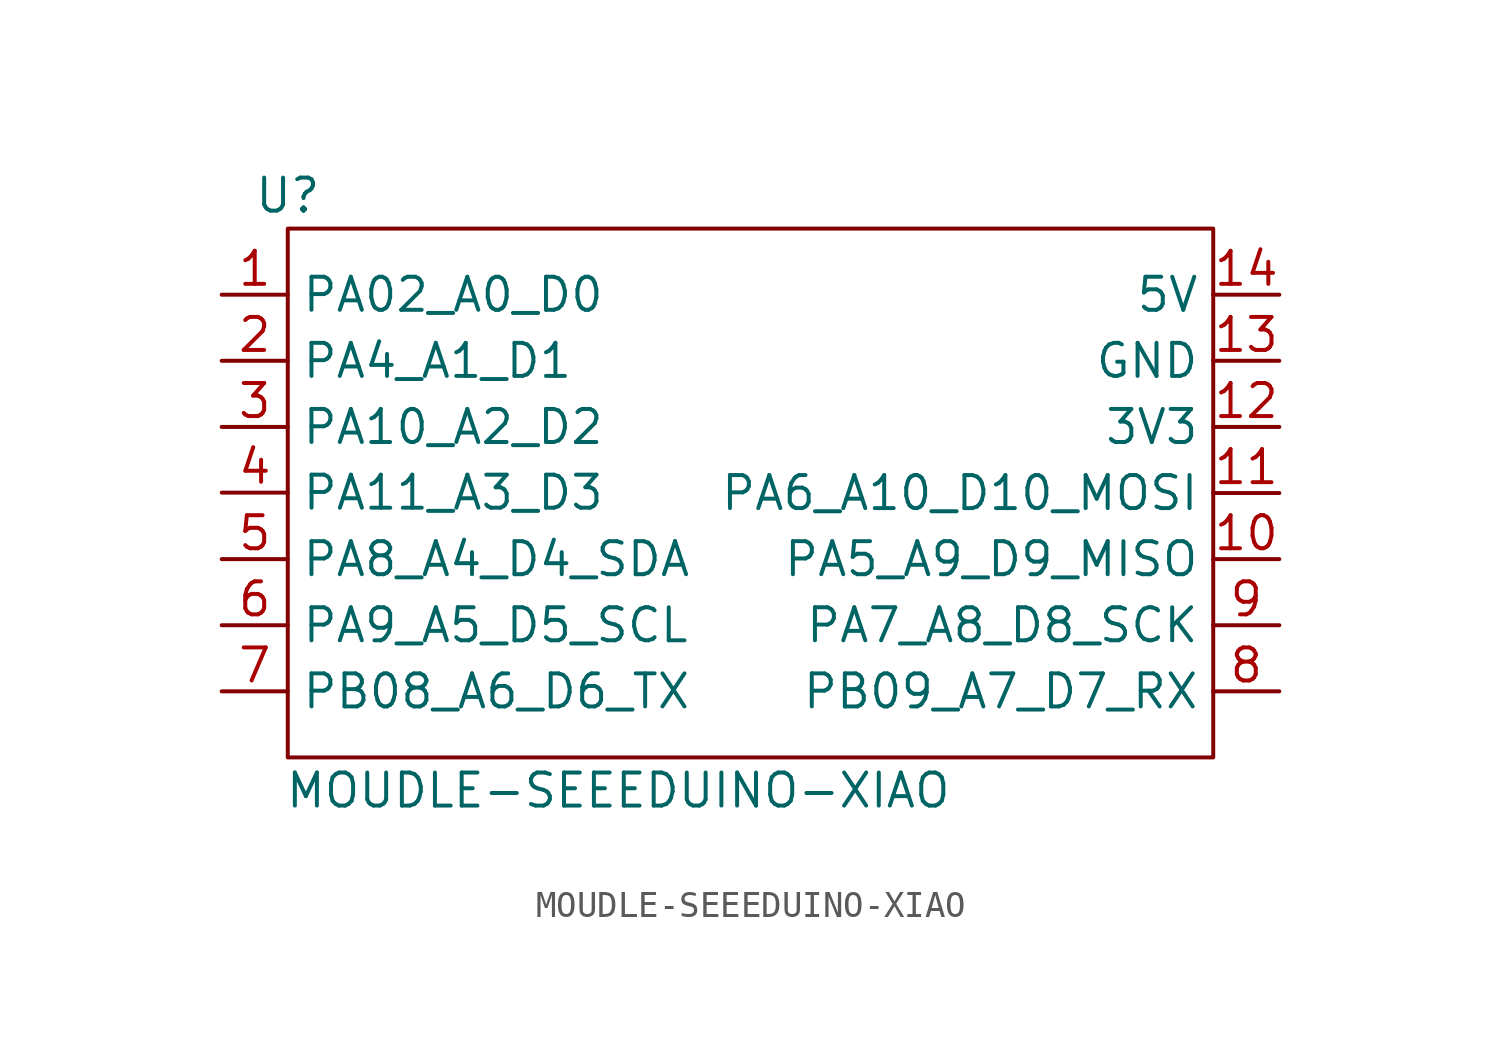
<source format=kicad_sym>
(kicad_symbol_lib
  (version 20211014)
  (generator kicad_symbol_editor)
  (symbol "MOUDLE-SEEEDUINO-XIAO"
    (property "Reference" "U"
      (at -16.51 11.43 0)
      (effects (font (size 1.27 1.27))))
    (property "Value" "MOUDLE-SEEEDUINO-XIAO"
      (at -3.81 -11.43 0)
      (effects (font (size 1.27 1.27))))
    (symbol "MOUDLE-SEEEDUINO-XIAO_0_1"
      (rectangle (start -16.51 10.16) (end 19.05 -10.16) (stroke (width 0) (type default) (color 0 0 0 0)) (fill (type none))))
    (symbol "MOUDLE-SEEEDUINO-XIAO_1_1"
      (pin unspecified line (at -19.05 7.62 0) (length 2.54) (name "PA02_A0_D0" (effects (font (size 1.27 1.27)))) (number "1" (effects (font (size 1.27 1.27)))))
      (pin unspecified line (at 21.59 -2.54 180) (length 2.54) (name "PA5_A9_D9_MISO" (effects (font (size 1.27 1.27)))) (number "10" (effects (font (size 1.27 1.27)))))
      (pin unspecified line (at 21.59 0 180) (length 2.54) (name "PA6_A10_D10_MOSI" (effects (font (size 1.27 1.27)))) (number "11" (effects (font (size 1.27 1.27)))))
      (pin unspecified line (at 21.59 2.54 180) (length 2.54) (name "3V3" (effects (font (size 1.27 1.27)))) (number "12" (effects (font (size 1.27 1.27)))))
      (pin unspecified line (at 21.59 5.08 180) (length 2.54) (name "GND" (effects (font (size 1.27 1.27)))) (number "13" (effects (font (size 1.27 1.27)))))
      (pin unspecified line (at 21.59 7.62 180) (length 2.54) (name "5V" (effects (font (size 1.27 1.27)))) (number "14" (effects (font (size 1.27 1.27)))))
      (pin unspecified line (at -19.05 5.08 0) (length 2.54) (name "PA4_A1_D1" (effects (font (size 1.27 1.27)))) (number "2" (effects (font (size 1.27 1.27)))))
      (pin unspecified line (at -19.05 2.54 0) (length 2.54) (name "PA10_A2_D2" (effects (font (size 1.27 1.27)))) (number "3" (effects (font (size 1.27 1.27)))))
      (pin unspecified line (at -19.047 0.015 0) (length 2.54) (name "PA11_A3_D3" (effects (font (size 1.27 1.27)))) (number "4" (effects (font (size 1.27 1.27)))))
      (pin unspecified line (at -19.05 -2.54 0) (length 2.54) (name "PA8_A4_D4_SDA" (effects (font (size 1.27 1.27)))) (number "5" (effects (font (size 1.27 1.27)))))
      (pin unspecified line (at -19.05 -5.08 0) (length 2.54) (name "PA9_A5_D5_SCL" (effects (font (size 1.27 1.27)))) (number "6" (effects (font (size 1.27 1.27)))))
      (pin unspecified line (at -19.05 -7.62 0) (length 2.54) (name "PB08_A6_D6_TX" (effects (font (size 1.27 1.27)))) (number "7" (effects (font (size 1.27 1.27)))))
      (pin unspecified line (at 21.59 -7.62 180) (length 2.54) (name "PB09_A7_D7_RX" (effects (font (size 1.27 1.27)))) (number "8" (effects (font (size 1.27 1.27)))))
      (pin unspecified line (at 21.59 -5.08 180) (length 2.54) (name "PA7_A8_D8_SCK" (effects (font (size 1.27 1.27)))) (number "9" (effects (font (size 1.27 1.27))))))))
</source>
